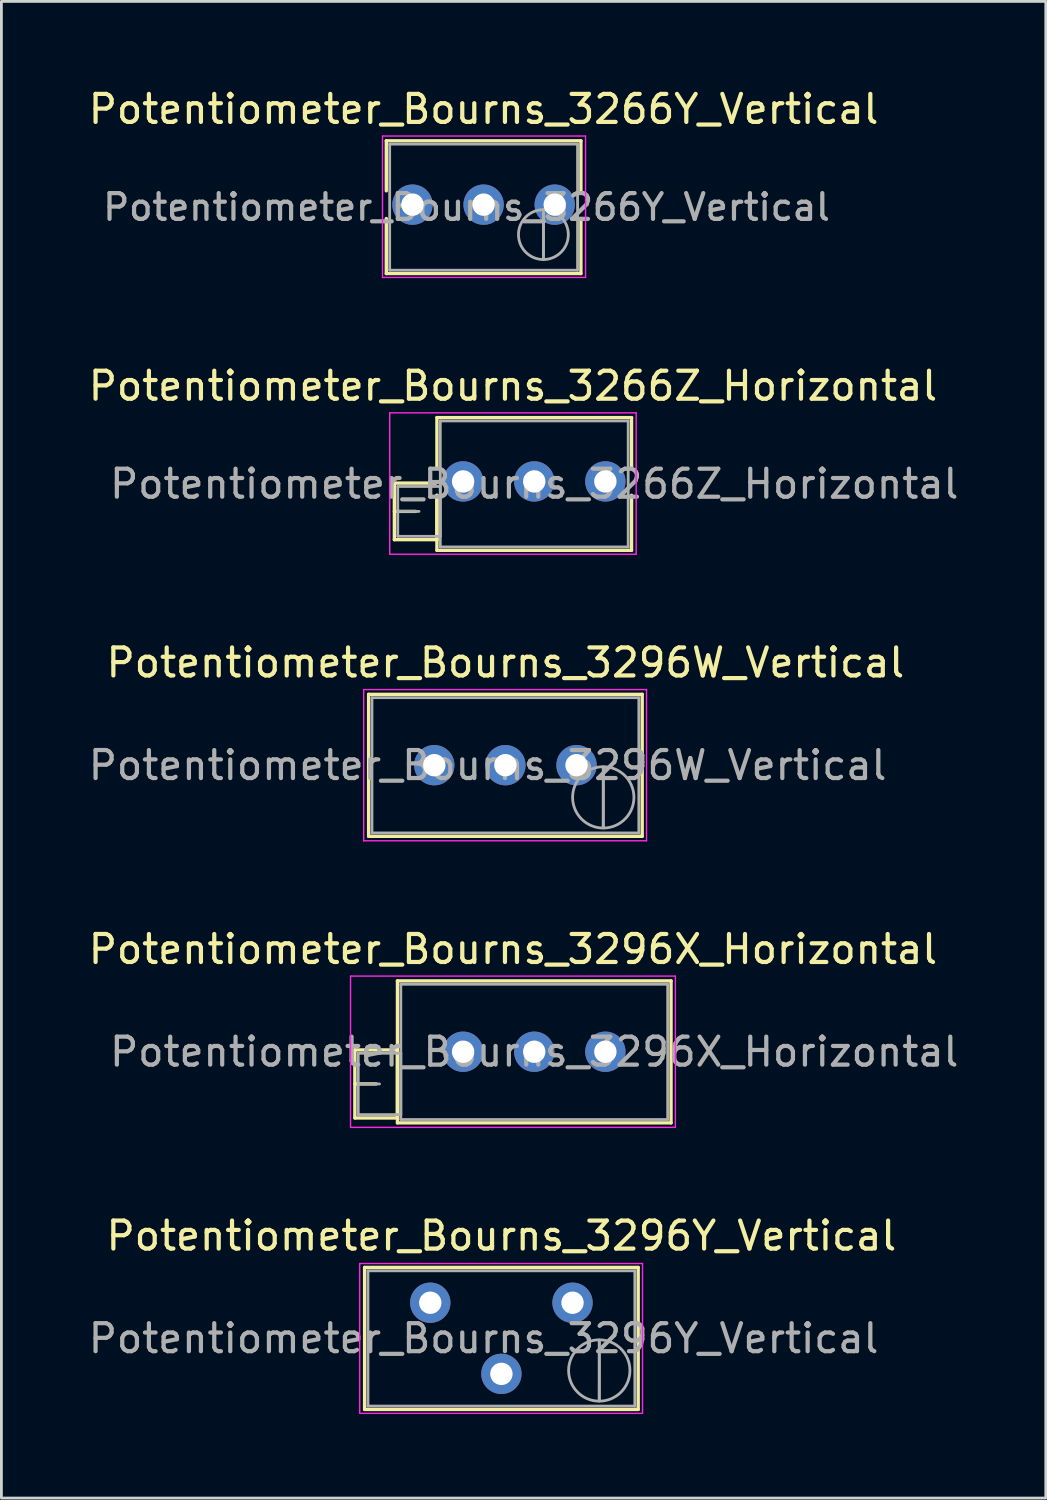
<source format=kicad_pcb>
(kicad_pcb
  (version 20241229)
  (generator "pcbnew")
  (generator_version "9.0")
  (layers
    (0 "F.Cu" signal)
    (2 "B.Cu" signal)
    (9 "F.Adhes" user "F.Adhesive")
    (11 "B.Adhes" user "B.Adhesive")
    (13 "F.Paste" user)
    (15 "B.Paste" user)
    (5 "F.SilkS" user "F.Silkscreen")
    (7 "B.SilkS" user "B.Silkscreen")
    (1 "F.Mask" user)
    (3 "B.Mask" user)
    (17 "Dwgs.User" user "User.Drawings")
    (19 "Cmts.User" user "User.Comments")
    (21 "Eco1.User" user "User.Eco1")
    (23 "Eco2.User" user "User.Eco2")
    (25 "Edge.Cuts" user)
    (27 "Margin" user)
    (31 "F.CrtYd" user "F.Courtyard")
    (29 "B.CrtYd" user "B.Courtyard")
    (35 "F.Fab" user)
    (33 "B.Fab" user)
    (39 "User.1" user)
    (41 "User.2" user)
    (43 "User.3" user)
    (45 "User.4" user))
  (footprint "Potentiometer_Bourns_3296X_Horizontal"
    (layer "F.Cu")
    (at 18.568 34.508)
    (property "Reference" "Potentiometer_Bourns_3296X_Horizontal" (at -3.3 -3.66 0) (layer "F.SilkS") (effects (font (size 1 1) (thickness 0.15))))
    (attr through_hole)
    (fp_line (start -8.945 -0.065) (end -8.945 2.365) (stroke (width 0.12) (type solid)) (layer "F.SilkS"))
    (fp_line (start -8.945 -0.065) (end -7.426 -0.065) (stroke (width 0.12) (type solid)) (layer "F.SilkS"))
    (fp_line (start -8.945 1.15) (end -8.186 1.15) (stroke (width 0.12) (type solid)) (layer "F.SilkS"))
    (fp_line (start -8.945 2.365) (end -7.426 2.365) (stroke (width 0.12) (type solid)) (layer "F.SilkS"))
    (fp_line (start -7.426 -0.065) (end -7.426 2.365) (stroke (width 0.12) (type solid)) (layer "F.SilkS"))
    (fp_line (start -7.425 -2.53) (end -7.425 2.54) (stroke (width 0.12) (type solid)) (layer "F.SilkS"))
    (fp_line (start -7.425 -2.53) (end 2.345 -2.53) (stroke (width 0.12) (type solid)) (layer "F.SilkS"))
    (fp_line (start -7.425 2.54) (end 2.345 2.54) (stroke (width 0.12) (type solid)) (layer "F.SilkS"))
    (fp_line (start 2.345 -2.53) (end 2.345 2.54) (stroke (width 0.12) (type solid)) (layer "F.SilkS"))
    (fp_line (start -9.1 -2.7) (end -9.1 2.7) (stroke (width 0.05) (type solid)) (layer "F.CrtYd"))
    (fp_line (start -9.1 2.7) (end 2.5 2.7) (stroke (width 0.05) (type solid)) (layer "F.CrtYd"))
    (fp_line (start 2.5 -2.7) (end -9.1 -2.7) (stroke (width 0.05) (type solid)) (layer "F.CrtYd"))
    (fp_line (start 2.5 2.7) (end 2.5 -2.7) (stroke (width 0.05) (type solid)) (layer "F.CrtYd"))
    (fp_line (start -8.825 0.055) (end -8.825 2.245) (stroke (width 0.1) (type solid)) (layer "F.Fab"))
    (fp_line (start -8.825 1.15) (end -8.065 1.15) (stroke (width 0.1) (type solid)) (layer "F.Fab"))
    (fp_line (start -8.825 2.245) (end -7.305 2.245) (stroke (width 0.1) (type solid)) (layer "F.Fab"))
    (fp_line (start -7.305 -2.41) (end -7.305 2.42) (stroke (width 0.1) (type solid)) (layer "F.Fab"))
    (fp_line (start -7.305 0.055) (end -8.825 0.055) (stroke (width 0.1) (type solid)) (layer "F.Fab"))
    (fp_line (start -7.305 2.245) (end -7.305 0.055) (stroke (width 0.1) (type solid)) (layer "F.Fab"))
    (fp_line (start -7.305 2.42) (end 2.225 2.42) (stroke (width 0.1) (type solid)) (layer "F.Fab"))
    (fp_line (start 2.225 -2.41) (end -7.305 -2.41) (stroke (width 0.1) (type solid)) (layer "F.Fab"))
    (fp_line (start 2.225 2.42) (end 2.225 -2.41) (stroke (width 0.1) (type solid)) (layer "F.Fab"))
    (fp_text user "${REFERENCE}" (at -2.54 0.005 0) (layer "F.Fab") (effects (font (size 1 1) (thickness 0.15))))
    (pad "1" thru_hole circle (at 0 0) (size 1.44 1.44) (drill 0.8) (layers "*.Cu" "*.Mask"))
    (pad "2" thru_hole circle (at -2.54 0) (size 1.44 1.44) (drill 0.8) (layers "*.Cu" "*.Mask"))
    (pad "3" thru_hole circle (at -5.08 0) (size 1.44 1.44) (drill 0.8) (layers "*.Cu" "*.Mask")))
  (footprint "Potentiometer_Bourns_3266Y_Vertical"
    (layer "F.Cu")
    (at 16.76 4.258)
    (property "Reference" "Potentiometer_Bourns_3266Y_Vertical" (at -2.54 -3.41 0) (layer "F.SilkS") (effects (font (size 1 1) (thickness 0.15))))
    (attr through_hole)
    (fp_line (start -6.015 -2.28) (end -6.015 -0.494) (stroke (width 0.12) (type solid)) (layer "F.SilkS"))
    (fp_line (start -6.015 -2.28) (end 0.935 -2.28) (stroke (width 0.12) (type solid)) (layer "F.SilkS"))
    (fp_line (start -6.015 0.496) (end -6.015 2.46) (stroke (width 0.12) (type solid)) (layer "F.SilkS"))
    (fp_line (start -6.015 2.46) (end 0.935 2.46) (stroke (width 0.12) (type solid)) (layer "F.SilkS"))
    (fp_line (start 0.935 -2.28) (end 0.935 -0.494) (stroke (width 0.12) (type solid)) (layer "F.SilkS"))
    (fp_line (start 0.935 0.496) (end 0.935 2.46) (stroke (width 0.12) (type solid)) (layer "F.SilkS"))
    (fp_line (start -6.15 -2.45) (end -6.15 2.6) (stroke (width 0.05) (type solid)) (layer "F.CrtYd"))
    (fp_line (start -6.15 2.6) (end 1.1 2.6) (stroke (width 0.05) (type solid)) (layer "F.CrtYd"))
    (fp_line (start 1.1 -2.45) (end -6.15 -2.45) (stroke (width 0.05) (type solid)) (layer "F.CrtYd"))
    (fp_line (start 1.1 2.6) (end 1.1 -2.45) (stroke (width 0.05) (type solid)) (layer "F.CrtYd"))
    (fp_line (start -5.895 -2.16) (end -5.895 2.34) (stroke (width 0.1) (type solid)) (layer "F.Fab"))
    (fp_line (start -5.895 2.34) (end 0.815 2.34) (stroke (width 0.1) (type solid)) (layer "F.Fab"))
    (fp_line (start -0.405 1.952) (end -0.404 0.189) (stroke (width 0.1) (type solid)) (layer "F.Fab"))
    (fp_line (start -0.405 1.952) (end -0.404 0.189) (stroke (width 0.1) (type solid)) (layer "F.Fab"))
    (fp_line (start 0.815 -2.16) (end -5.895 -2.16) (stroke (width 0.1) (type solid)) (layer "F.Fab"))
    (fp_line (start 0.815 2.34) (end 0.815 -2.16) (stroke (width 0.1) (type solid)) (layer "F.Fab"))
    (fp_circle (center -0.405 1.07) (end 0.485 1.07) (stroke (width 0.1) (type solid)) (fill no) (layer "F.Fab"))
    (fp_text user "${REFERENCE}" (at -3.15 0.09 0) (layer "F.Fab") (effects (font (size 0.92 0.92) (thickness 0.15))))
    (pad "1" thru_hole circle (at 0 0) (size 1.44 1.44) (drill 0.8) (layers "*.Cu" "*.Mask"))
    (pad "2" thru_hole circle (at -2.54 0) (size 1.44 1.44) (drill 0.8) (layers "*.Cu" "*.Mask"))
    (pad "3" thru_hole circle (at -5.08 0) (size 1.44 1.44) (drill 0.8) (layers "*.Cu" "*.Mask")))
  (footprint "Potentiometer_Bourns_3296Y_Vertical"
    (layer "F.Cu")
    (at 17.395 43.471)
    (property "Reference" "Potentiometer_Bourns_3296Y_Vertical" (at -2.54 -2.39 0) (layer "F.SilkS") (effects (font (size 1 1) (thickness 0.15))))
    (attr through_hole)
    (fp_line (start -7.425 -1.26) (end -7.425 3.81) (stroke (width 0.12) (type solid)) (layer "F.SilkS"))
    (fp_line (start -7.425 -1.26) (end 2.345 -1.26) (stroke (width 0.12) (type solid)) (layer "F.SilkS"))
    (fp_line (start -7.425 3.81) (end 2.345 3.81) (stroke (width 0.12) (type solid)) (layer "F.SilkS"))
    (fp_line (start 2.345 -1.26) (end 2.345 3.81) (stroke (width 0.12) (type solid)) (layer "F.SilkS"))
    (fp_line (start -7.6 -1.4) (end -7.6 3.95) (stroke (width 0.05) (type solid)) (layer "F.CrtYd"))
    (fp_line (start -7.6 3.95) (end 2.5 3.95) (stroke (width 0.05) (type solid)) (layer "F.CrtYd"))
    (fp_line (start 2.5 -1.4) (end -7.6 -1.4) (stroke (width 0.05) (type solid)) (layer "F.CrtYd"))
    (fp_line (start 2.5 3.95) (end 2.5 -1.4) (stroke (width 0.05) (type solid)) (layer "F.CrtYd"))
    (fp_line (start -7.305 -1.14) (end -7.305 3.69) (stroke (width 0.1) (type solid)) (layer "F.Fab"))
    (fp_line (start -7.305 3.69) (end 2.225 3.69) (stroke (width 0.1) (type solid)) (layer "F.Fab"))
    (fp_line (start 0.955 3.505) (end 0.956 1.336) (stroke (width 0.1) (type solid)) (layer "F.Fab"))
    (fp_line (start 0.955 3.505) (end 0.956 1.336) (stroke (width 0.1) (type solid)) (layer "F.Fab"))
    (fp_line (start 2.225 -1.14) (end -7.305 -1.14) (stroke (width 0.1) (type solid)) (layer "F.Fab"))
    (fp_line (start 2.225 3.69) (end 2.225 -1.14) (stroke (width 0.1) (type solid)) (layer "F.Fab"))
    (fp_circle (center 0.955 2.42) (end 2.05 2.42) (stroke (width 0.1) (type solid)) (fill no) (layer "F.Fab"))
    (fp_text user "${REFERENCE}" (at -3.175 1.275 0) (layer "F.Fab") (effects (font (size 1 1) (thickness 0.15))))
    (pad "1" thru_hole circle (at 0 0) (size 1.44 1.44) (drill 0.8) (layers "*.Cu" "*.Mask"))
    (pad "2" thru_hole circle (at -2.54 2.54) (size 1.44 1.44) (drill 0.8) (layers "*.Cu" "*.Mask"))
    (pad "3" thru_hole circle (at -5.08 0) (size 1.44 1.44) (drill 0.8) (layers "*.Cu" "*.Mask")))
  (footprint "Potentiometer_Bourns_3296W_Vertical"
    (layer "F.Cu")
    (at 17.538 24.275)
    (property "Reference" "Potentiometer_Bourns_3296W_Vertical" (at -2.54 -3.66 0) (layer "F.SilkS") (effects (font (size 1 1) (thickness 0.15))))
    (attr through_hole)
    (fp_line (start -7.425 -2.53) (end -7.425 2.54) (stroke (width 0.12) (type solid)) (layer "F.SilkS"))
    (fp_line (start -7.425 -2.53) (end 2.345 -2.53) (stroke (width 0.12) (type solid)) (layer "F.SilkS"))
    (fp_line (start -7.425 2.54) (end 2.345 2.54) (stroke (width 0.12) (type solid)) (layer "F.SilkS"))
    (fp_line (start 2.345 -2.53) (end 2.345 2.54) (stroke (width 0.12) (type solid)) (layer "F.SilkS"))
    (fp_line (start -7.6 -2.7) (end -7.6 2.7) (stroke (width 0.05) (type solid)) (layer "F.CrtYd"))
    (fp_line (start -7.6 2.7) (end 2.5 2.7) (stroke (width 0.05) (type solid)) (layer "F.CrtYd"))
    (fp_line (start 2.5 -2.7) (end -7.6 -2.7) (stroke (width 0.05) (type solid)) (layer "F.CrtYd"))
    (fp_line (start 2.5 2.7) (end 2.5 -2.7) (stroke (width 0.05) (type solid)) (layer "F.CrtYd"))
    (fp_line (start -7.305 -2.41) (end -7.305 2.42) (stroke (width 0.1) (type solid)) (layer "F.Fab"))
    (fp_line (start -7.305 2.42) (end 2.225 2.42) (stroke (width 0.1) (type solid)) (layer "F.Fab"))
    (fp_line (start 0.955 2.235) (end 0.956 0.066) (stroke (width 0.1) (type solid)) (layer "F.Fab"))
    (fp_line (start 0.955 2.235) (end 0.956 0.066) (stroke (width 0.1) (type solid)) (layer "F.Fab"))
    (fp_line (start 2.225 -2.41) (end -7.305 -2.41) (stroke (width 0.1) (type solid)) (layer "F.Fab"))
    (fp_line (start 2.225 2.42) (end 2.225 -2.41) (stroke (width 0.1) (type solid)) (layer "F.Fab"))
    (fp_circle (center 0.955 1.15) (end 2.05 1.15) (stroke (width 0.1) (type solid)) (fill no) (layer "F.Fab"))
    (fp_text user "${REFERENCE}" (at -3.175 0.005 0) (layer "F.Fab") (effects (font (size 1 1) (thickness 0.15))))
    (pad "1" thru_hole circle (at 0 0) (size 1.44 1.44) (drill 0.8) (layers "*.Cu" "*.Mask"))
    (pad "2" thru_hole circle (at -2.54 0) (size 1.44 1.44) (drill 0.8) (layers "*.Cu" "*.Mask"))
    (pad "3" thru_hole circle (at -5.08 0) (size 1.44 1.44) (drill 0.8) (layers "*.Cu" "*.Mask")))
  (footprint "Potentiometer_Bourns_3266Z_Horizontal"
    (layer "F.Cu")
    (at 18.568 14.142)
    (property "Reference" "Potentiometer_Bourns_3266Z_Horizontal" (at -3.3 -3.41 0) (layer "F.SilkS") (effects (font (size 1 1) (thickness 0.15))))
    (attr through_hole)
    (fp_line (start -7.535 0.06) (end -7.535 2.08) (stroke (width 0.12) (type solid)) (layer "F.SilkS"))
    (fp_line (start -7.535 0.06) (end -6.056 0.06) (stroke (width 0.12) (type solid)) (layer "F.SilkS"))
    (fp_line (start -7.535 1.07) (end -6.776 1.07) (stroke (width 0.12) (type solid)) (layer "F.SilkS"))
    (fp_line (start -7.535 2.08) (end -6.016 2.08) (stroke (width 0.12) (type solid)) (layer "F.SilkS"))
    (fp_line (start -6.016 0.496) (end -6.016 2.08) (stroke (width 0.12) (type solid)) (layer "F.SilkS"))
    (fp_line (start -6.015 -2.28) (end -6.015 -0.494) (stroke (width 0.12) (type solid)) (layer "F.SilkS"))
    (fp_line (start -6.015 -2.28) (end 0.935 -2.28) (stroke (width 0.12) (type solid)) (layer "F.SilkS"))
    (fp_line (start -6.015 0.496) (end -6.015 2.46) (stroke (width 0.12) (type solid)) (layer "F.SilkS"))
    (fp_line (start -6.015 2.46) (end 0.935 2.46) (stroke (width 0.12) (type solid)) (layer "F.SilkS"))
    (fp_line (start 0.935 -2.28) (end 0.935 -0.494) (stroke (width 0.12) (type solid)) (layer "F.SilkS"))
    (fp_line (start 0.935 0.496) (end 0.935 2.46) (stroke (width 0.12) (type solid)) (layer "F.SilkS"))
    (fp_line (start -7.7 -2.45) (end -7.7 2.6) (stroke (width 0.05) (type solid)) (layer "F.CrtYd"))
    (fp_line (start -7.7 2.6) (end 1.1 2.6) (stroke (width 0.05) (type solid)) (layer "F.CrtYd"))
    (fp_line (start 1.1 -2.45) (end -7.7 -2.45) (stroke (width 0.05) (type solid)) (layer "F.CrtYd"))
    (fp_line (start 1.1 2.6) (end 1.1 -2.45) (stroke (width 0.05) (type solid)) (layer "F.CrtYd"))
    (fp_line (start -7.415 0.18) (end -7.415 1.96) (stroke (width 0.1) (type solid)) (layer "F.Fab"))
    (fp_line (start -7.415 1.07) (end -6.655 1.07) (stroke (width 0.1) (type solid)) (layer "F.Fab"))
    (fp_line (start -7.415 1.96) (end -5.895 1.96) (stroke (width 0.1) (type solid)) (layer "F.Fab"))
    (fp_line (start -5.895 -2.16) (end -5.895 2.34) (stroke (width 0.1) (type solid)) (layer "F.Fab"))
    (fp_line (start -5.895 0.18) (end -7.415 0.18) (stroke (width 0.1) (type solid)) (layer "F.Fab"))
    (fp_line (start -5.895 1.96) (end -5.895 0.18) (stroke (width 0.1) (type solid)) (layer "F.Fab"))
    (fp_line (start -5.895 2.34) (end 0.815 2.34) (stroke (width 0.1) (type solid)) (layer "F.Fab"))
    (fp_line (start 0.815 -2.16) (end -5.895 -2.16) (stroke (width 0.1) (type solid)) (layer "F.Fab"))
    (fp_line (start 0.815 2.34) (end 0.815 -2.16) (stroke (width 0.1) (type solid)) (layer "F.Fab"))
    (fp_text user "${REFERENCE}" (at -2.54 0.09 0) (layer "F.Fab") (effects (font (size 1 1) (thickness 0.15))))
    (pad "1" thru_hole circle (at 0 0) (size 1.44 1.44) (drill 0.8) (layers "*.Cu" "*.Mask"))
    (pad "2" thru_hole circle (at -2.54 0) (size 1.44 1.44) (drill 0.8) (layers "*.Cu" "*.Mask"))
    (pad "3" thru_hole circle (at -5.08 0) (size 1.44 1.44) (drill 0.8) (layers "*.Cu" "*.Mask")))
  (gr_rect
    (start -3 -3)
    (end 34.296 50.446)
    (stroke (width 0.1) (type default))
    (fill no)
    (layer "Edge.Cuts")))
</source>
